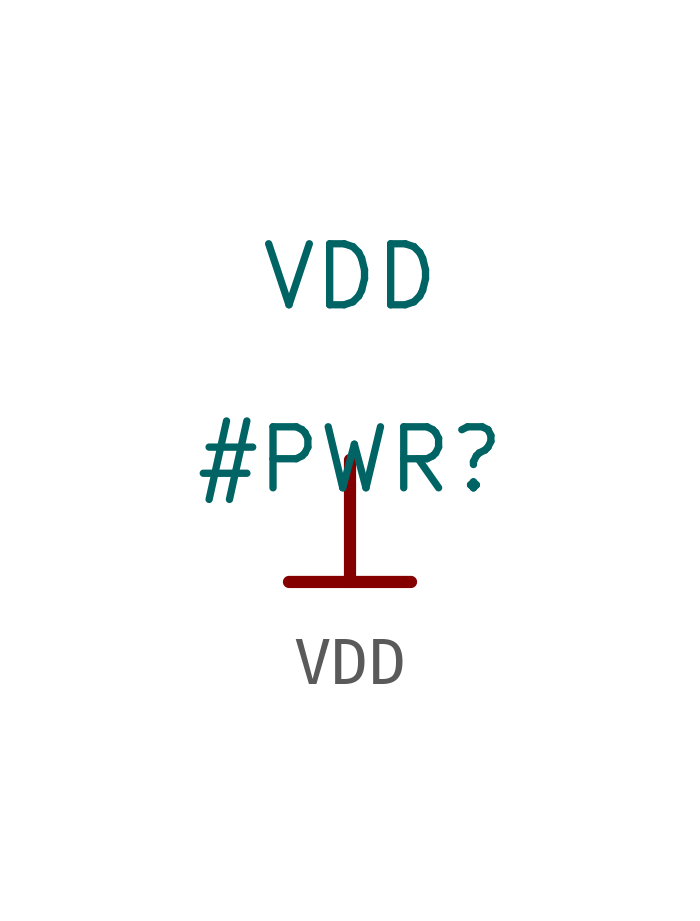
<source format=kicad_sym>
(kicad_symbol_lib
  (version 20220914)
  (generator kicad_symbol_editor)
  (symbol "VDD"
    (power)
    (property "Reference" "#PWR"
      (at 0 0 0)
      (effects (font (size 1.27 1.27))))
    (property "Value" "VDD"
      (at 0 3.81 0)
      (effects (font (size 1.27 1.27))))
    (symbol "VDD_0_0"
      (polyline (pts (xy -1.27 -2.54) (xy 1.27 -2.54)) (stroke (width 0.254) (type solid)) (fill (type none)))
      (polyline (pts (xy 0 0) (xy 0 -2.54)) (stroke (width 0.254) (type solid)) (fill (type none)))
      (pin power_in line (at 0 0 0) (length 0) hide (name "VDD" (effects (font (size 1.27 1.27)))) (number "" (effects (font (size 1.27 1.27))))))))
</source>
